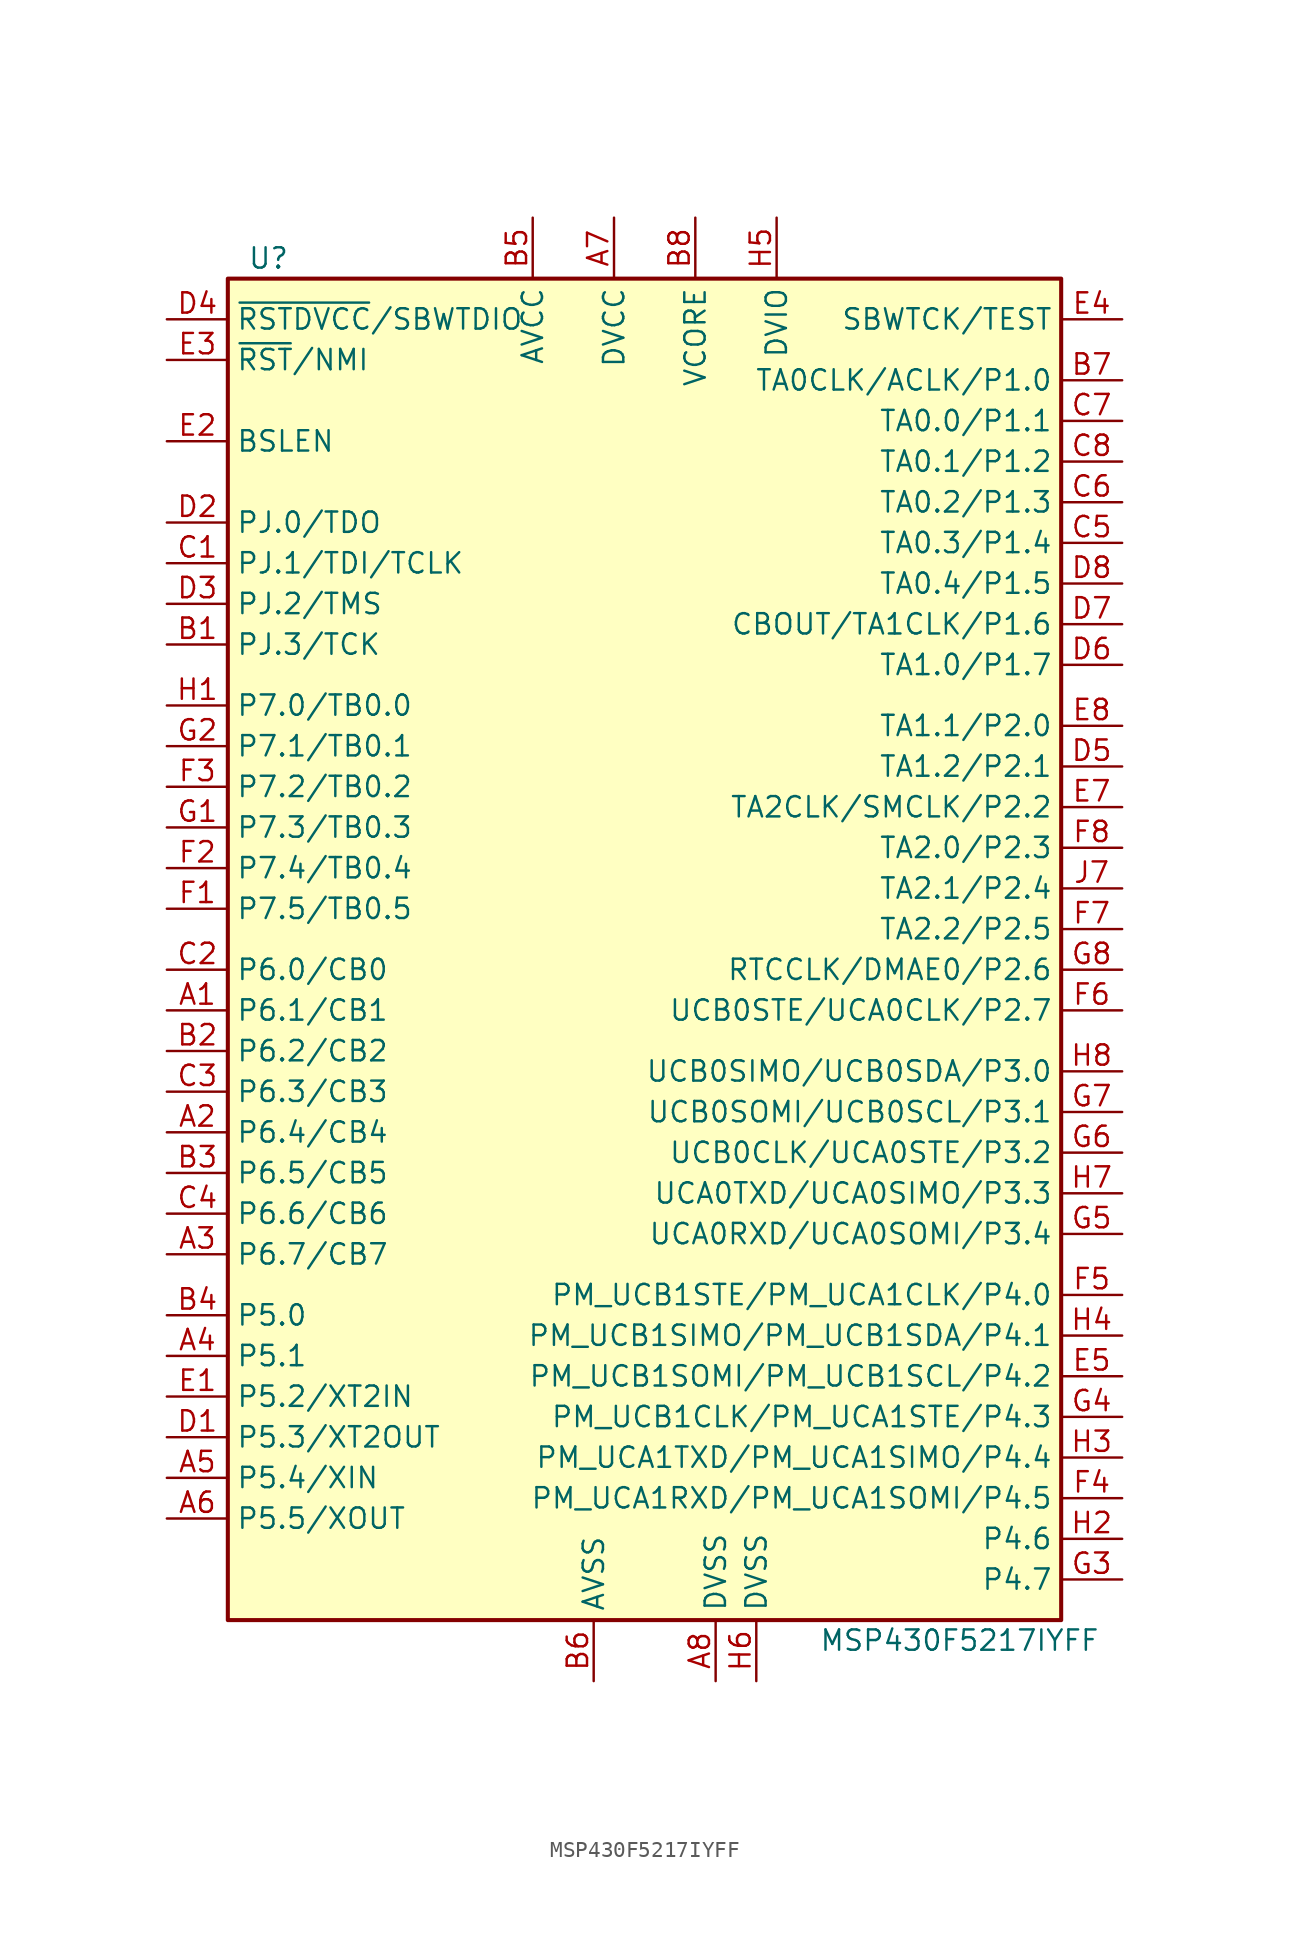
<source format=kicad_sym>
(kicad_symbol_lib
  (version 20220914)
  (generator kicad_symbol_editor)
  (symbol "MSP430F5217IYFF"
    (property "Reference" "U"
      (at -24.13 43.18 0)
      (effects (font (size 1.27 1.27))))
    (property "Value" "MSP430F5217IYFF"
      (at 19.05 -43.18 0)
      (effects (font (size 1.27 1.27))))
    (symbol "MSP430F5217IYFF_0_1"
      (rectangle (start -26.67 41.91) (end 25.4 -41.91) (stroke (width 0.254) (type default)) (fill (type background))))
    (symbol "MSP430F5217IYFF_1_1"
      (pin bidirectional line (at -30.48 -3.81 0) (length 3.81) (name "P6.1/CB1" (effects (font (size 1.27 1.27)))) (number "A1" (effects (font (size 1.27 1.27)))))
      (pin bidirectional line (at -30.48 -11.43 0) (length 3.81) (name "P6.4/CB4" (effects (font (size 1.27 1.27)))) (number "A2" (effects (font (size 1.27 1.27)))))
      (pin bidirectional line (at -30.48 -19.05 0) (length 3.81) (name "P6.7/CB7" (effects (font (size 1.27 1.27)))) (number "A3" (effects (font (size 1.27 1.27)))))
      (pin bidirectional line (at -30.48 -25.4 0) (length 3.81) (name "P5.1" (effects (font (size 1.27 1.27)))) (number "A4" (effects (font (size 1.27 1.27)))))
      (pin bidirectional line (at -30.48 -33.02 0) (length 3.81) (name "P5.4/XIN" (effects (font (size 1.27 1.27)))) (number "A5" (effects (font (size 1.27 1.27)))))
      (pin bidirectional line (at -30.48 -35.56 0) (length 3.81) (name "P5.5/XOUT" (effects (font (size 1.27 1.27)))) (number "A6" (effects (font (size 1.27 1.27)))))
      (pin power_in line (at -2.54 45.72 270) (length 3.81) (name "DVCC" (effects (font (size 1.27 1.27)))) (number "A7" (effects (font (size 1.27 1.27)))))
      (pin power_in line (at 3.81 -45.72 90) (length 3.81) (name "DVSS" (effects (font (size 1.27 1.27)))) (number "A8" (effects (font (size 1.27 1.27)))))
      (pin bidirectional line (at -30.48 19.05 0) (length 3.81) (name "PJ.3/TCK" (effects (font (size 1.27 1.27)))) (number "B1" (effects (font (size 1.27 1.27)))))
      (pin bidirectional line (at -30.48 -6.35 0) (length 3.81) (name "P6.2/CB2" (effects (font (size 1.27 1.27)))) (number "B2" (effects (font (size 1.27 1.27)))))
      (pin bidirectional line (at -30.48 -13.97 0) (length 3.81) (name "P6.5/CB5" (effects (font (size 1.27 1.27)))) (number "B3" (effects (font (size 1.27 1.27)))))
      (pin bidirectional line (at -30.48 -22.86 0) (length 3.81) (name "P5.0" (effects (font (size 1.27 1.27)))) (number "B4" (effects (font (size 1.27 1.27)))))
      (pin power_in line (at -7.62 45.72 270) (length 3.81) (name "AVCC" (effects (font (size 1.27 1.27)))) (number "B5" (effects (font (size 1.27 1.27)))))
      (pin power_in line (at -3.81 -45.72 90) (length 3.81) (name "AVSS" (effects (font (size 1.27 1.27)))) (number "B6" (effects (font (size 1.27 1.27)))))
      (pin bidirectional line (at 29.21 35.56 180) (length 3.81) (name "TA0CLK/ACLK/P1.0" (effects (font (size 1.27 1.27)))) (number "B7" (effects (font (size 1.27 1.27)))))
      (pin power_in line (at 2.54 45.72 270) (length 3.81) (name "VCORE" (effects (font (size 1.27 1.27)))) (number "B8" (effects (font (size 1.27 1.27)))))
      (pin bidirectional line (at -30.48 24.13 0) (length 3.81) (name "PJ.1/TDI/TCLK" (effects (font (size 1.27 1.27)))) (number "C1" (effects (font (size 1.27 1.27)))))
      (pin bidirectional line (at -30.48 -1.27 0) (length 3.81) (name "P6.0/CB0" (effects (font (size 1.27 1.27)))) (number "C2" (effects (font (size 1.27 1.27)))))
      (pin bidirectional line (at -30.48 -8.89 0) (length 3.81) (name "P6.3/CB3" (effects (font (size 1.27 1.27)))) (number "C3" (effects (font (size 1.27 1.27)))))
      (pin bidirectional line (at -30.48 -16.51 0) (length 3.81) (name "P6.6/CB6" (effects (font (size 1.27 1.27)))) (number "C4" (effects (font (size 1.27 1.27)))))
      (pin bidirectional line (at 29.21 25.4 180) (length 3.81) (name "TA0.3/P1.4" (effects (font (size 1.27 1.27)))) (number "C5" (effects (font (size 1.27 1.27)))))
      (pin bidirectional line (at 29.21 27.94 180) (length 3.81) (name "TA0.2/P1.3" (effects (font (size 1.27 1.27)))) (number "C6" (effects (font (size 1.27 1.27)))))
      (pin bidirectional line (at 29.21 33.02 180) (length 3.81) (name "TA0.0/P1.1" (effects (font (size 1.27 1.27)))) (number "C7" (effects (font (size 1.27 1.27)))))
      (pin bidirectional line (at 29.21 30.48 180) (length 3.81) (name "TA0.1/P1.2" (effects (font (size 1.27 1.27)))) (number "C8" (effects (font (size 1.27 1.27)))))
      (pin bidirectional line (at -30.48 -30.48 0) (length 3.81) (name "P5.3/XT2OUT" (effects (font (size 1.27 1.27)))) (number "D1" (effects (font (size 1.27 1.27)))))
      (pin bidirectional line (at -30.48 26.67 0) (length 3.81) (name "PJ.0/TDO" (effects (font (size 1.27 1.27)))) (number "D2" (effects (font (size 1.27 1.27)))))
      (pin bidirectional line (at -30.48 21.59 0) (length 3.81) (name "PJ.2/TMS" (effects (font (size 1.27 1.27)))) (number "D3" (effects (font (size 1.27 1.27)))))
      (pin bidirectional line (at -30.48 39.37 0) (length 3.81) (name "~{RSTDVCC}/SBWTDIO" (effects (font (size 1.27 1.27)))) (number "D4" (effects (font (size 1.27 1.27)))))
      (pin bidirectional line (at 29.21 11.43 180) (length 3.81) (name "TA1.2/P2.1" (effects (font (size 1.27 1.27)))) (number "D5" (effects (font (size 1.27 1.27)))))
      (pin bidirectional line (at 29.21 17.78 180) (length 3.81) (name "TA1.0/P1.7" (effects (font (size 1.27 1.27)))) (number "D6" (effects (font (size 1.27 1.27)))))
      (pin bidirectional line (at 29.21 20.32 180) (length 3.81) (name "CBOUT/TA1CLK/P1.6" (effects (font (size 1.27 1.27)))) (number "D7" (effects (font (size 1.27 1.27)))))
      (pin bidirectional line (at 29.21 22.86 180) (length 3.81) (name "TA0.4/P1.5" (effects (font (size 1.27 1.27)))) (number "D8" (effects (font (size 1.27 1.27)))))
      (pin bidirectional line (at -30.48 -27.94 0) (length 3.81) (name "P5.2/XT2IN" (effects (font (size 1.27 1.27)))) (number "E1" (effects (font (size 1.27 1.27)))))
      (pin bidirectional line (at -30.48 31.75 0) (length 3.81) (name "BSLEN" (effects (font (size 1.27 1.27)))) (number "E2" (effects (font (size 1.27 1.27)))))
      (pin input line (at -30.48 36.83 0) (length 3.81) (name "~{RST}/NMI" (effects (font (size 1.27 1.27)))) (number "E3" (effects (font (size 1.27 1.27)))))
      (pin input line (at 29.21 39.37 180) (length 3.81) (name "SBWTCK/TEST" (effects (font (size 1.27 1.27)))) (number "E4" (effects (font (size 1.27 1.27)))))
      (pin bidirectional line (at 29.21 -26.67 180) (length 3.81) (name "PM_UCB1SOMI/PM_UCB1SCL/P4.2" (effects (font (size 1.27 1.27)))) (number "E5" (effects (font (size 1.27 1.27)))))
      (pin bidirectional line (at 29.21 8.89 180) (length 3.81) (name "TA2CLK/SMCLK/P2.2" (effects (font (size 1.27 1.27)))) (number "E7" (effects (font (size 1.27 1.27)))))
      (pin bidirectional line (at 29.21 13.97 180) (length 3.81) (name "TA1.1/P2.0" (effects (font (size 1.27 1.27)))) (number "E8" (effects (font (size 1.27 1.27)))))
      (pin bidirectional line (at -30.48 2.54 0) (length 3.81) (name "P7.5/TB0.5" (effects (font (size 1.27 1.27)))) (number "F1" (effects (font (size 1.27 1.27)))))
      (pin bidirectional line (at -30.48 5.08 0) (length 3.81) (name "P7.4/TB0.4" (effects (font (size 1.27 1.27)))) (number "F2" (effects (font (size 1.27 1.27)))))
      (pin bidirectional line (at -30.48 10.16 0) (length 3.81) (name "P7.2/TB0.2" (effects (font (size 1.27 1.27)))) (number "F3" (effects (font (size 1.27 1.27)))))
      (pin bidirectional line (at 29.21 -34.29 180) (length 3.81) (name "PM_UCA1RXD/PM_UCA1SOMI/P4.5" (effects (font (size 1.27 1.27)))) (number "F4" (effects (font (size 1.27 1.27)))))
      (pin bidirectional line (at 29.21 -21.59 180) (length 3.81) (name "PM_UCB1STE/PM_UCA1CLK/P4.0" (effects (font (size 1.27 1.27)))) (number "F5" (effects (font (size 1.27 1.27)))))
      (pin bidirectional line (at 29.21 -3.81 180) (length 3.81) (name "UCB0STE/UCA0CLK/P2.7" (effects (font (size 1.27 1.27)))) (number "F6" (effects (font (size 1.27 1.27)))))
      (pin bidirectional line (at 29.21 1.27 180) (length 3.81) (name "TA2.2/P2.5" (effects (font (size 1.27 1.27)))) (number "F7" (effects (font (size 1.27 1.27)))))
      (pin bidirectional line (at 29.21 6.35 180) (length 3.81) (name "TA2.0/P2.3" (effects (font (size 1.27 1.27)))) (number "F8" (effects (font (size 1.27 1.27)))))
      (pin bidirectional line (at -30.48 7.62 0) (length 3.81) (name "P7.3/TB0.3" (effects (font (size 1.27 1.27)))) (number "G1" (effects (font (size 1.27 1.27)))))
      (pin bidirectional line (at -30.48 12.7 0) (length 3.81) (name "P7.1/TB0.1" (effects (font (size 1.27 1.27)))) (number "G2" (effects (font (size 1.27 1.27)))))
      (pin bidirectional line (at 29.21 -39.37 180) (length 3.81) (name "P4.7" (effects (font (size 1.27 1.27)))) (number "G3" (effects (font (size 1.27 1.27)))))
      (pin bidirectional line (at 29.21 -29.21 180) (length 3.81) (name "PM_UCB1CLK/PM_UCA1STE/P4.3" (effects (font (size 1.27 1.27)))) (number "G4" (effects (font (size 1.27 1.27)))))
      (pin bidirectional line (at 29.21 -17.78 180) (length 3.81) (name "UCA0RXD/UCA0SOMI/P3.4" (effects (font (size 1.27 1.27)))) (number "G5" (effects (font (size 1.27 1.27)))))
      (pin bidirectional line (at 29.21 -12.7 180) (length 3.81) (name "UCB0CLK/UCA0STE/P3.2" (effects (font (size 1.27 1.27)))) (number "G6" (effects (font (size 1.27 1.27)))))
      (pin bidirectional line (at 29.21 -10.16 180) (length 3.81) (name "UCB0SOMI/UCB0SCL/P3.1" (effects (font (size 1.27 1.27)))) (number "G7" (effects (font (size 1.27 1.27)))))
      (pin bidirectional line (at 29.21 -1.27 180) (length 3.81) (name "RTCCLK/DMAE0/P2.6" (effects (font (size 1.27 1.27)))) (number "G8" (effects (font (size 1.27 1.27)))))
      (pin bidirectional line (at -30.48 15.24 0) (length 3.81) (name "P7.0/TB0.0" (effects (font (size 1.27 1.27)))) (number "H1" (effects (font (size 1.27 1.27)))))
      (pin bidirectional line (at 29.21 -36.83 180) (length 3.81) (name "P4.6" (effects (font (size 1.27 1.27)))) (number "H2" (effects (font (size 1.27 1.27)))))
      (pin bidirectional line (at 29.21 -31.75 180) (length 3.81) (name "PM_UCA1TXD/PM_UCA1SIMO/P4.4" (effects (font (size 1.27 1.27)))) (number "H3" (effects (font (size 1.27 1.27)))))
      (pin bidirectional line (at 29.21 -24.13 180) (length 3.81) (name "PM_UCB1SIMO/PM_UCB1SDA/P4.1" (effects (font (size 1.27 1.27)))) (number "H4" (effects (font (size 1.27 1.27)))))
      (pin power_in line (at 7.62 45.72 270) (length 3.81) (name "DVIO" (effects (font (size 1.27 1.27)))) (number "H5" (effects (font (size 1.27 1.27)))))
      (pin power_in line (at 6.35 -45.72 90) (length 3.81) (name "DVSS" (effects (font (size 1.27 1.27)))) (number "H6" (effects (font (size 1.27 1.27)))))
      (pin bidirectional line (at 29.21 -15.24 180) (length 3.81) (name "UCA0TXD/UCA0SIMO/P3.3" (effects (font (size 1.27 1.27)))) (number "H7" (effects (font (size 1.27 1.27)))))
      (pin bidirectional line (at 29.21 -7.62 180) (length 3.81) (name "UCB0SIMO/UCB0SDA/P3.0" (effects (font (size 1.27 1.27)))) (number "H8" (effects (font (size 1.27 1.27)))))
      (pin bidirectional line (at 29.21 3.81 180) (length 3.81) (name "TA2.1/P2.4" (effects (font (size 1.27 1.27)))) (number "J7" (effects (font (size 1.27 1.27))))))))
</source>
